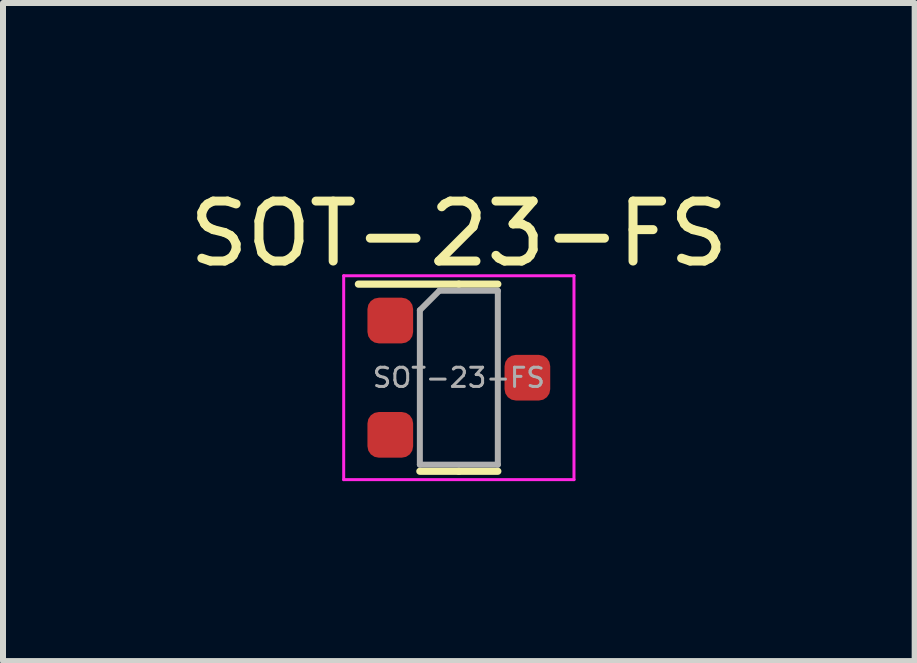
<source format=kicad_pcb>
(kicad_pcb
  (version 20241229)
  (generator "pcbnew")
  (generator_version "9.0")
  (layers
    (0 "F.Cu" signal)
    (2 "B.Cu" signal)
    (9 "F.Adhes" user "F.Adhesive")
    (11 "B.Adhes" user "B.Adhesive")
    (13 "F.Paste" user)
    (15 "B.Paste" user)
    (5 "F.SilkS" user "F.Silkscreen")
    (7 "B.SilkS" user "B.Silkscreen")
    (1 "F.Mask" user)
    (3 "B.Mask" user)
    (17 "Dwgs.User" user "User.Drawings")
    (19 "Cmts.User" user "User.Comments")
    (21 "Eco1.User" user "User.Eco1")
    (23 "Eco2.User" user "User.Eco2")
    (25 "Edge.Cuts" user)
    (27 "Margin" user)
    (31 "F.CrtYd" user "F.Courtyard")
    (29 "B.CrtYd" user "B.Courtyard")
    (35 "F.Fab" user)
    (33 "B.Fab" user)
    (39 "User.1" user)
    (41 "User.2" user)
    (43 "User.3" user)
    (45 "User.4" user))
  (footprint "SOT-23-FS"
    (layer "F.Cu")
    (at 4.601 3.248)
    (property "Reference" "SOT-23-FS" (at 0 -2.4 0) (layer "F.SilkS") (effects (font (size 1 1) (thickness 0.15))))
    (attr smd)
    (fp_line (start 0 -1.56) (end -1.675 -1.56) (stroke (width 0.12) (type solid)) (layer "F.SilkS"))
    (fp_line (start 0 -1.56) (end 0.65 -1.56) (stroke (width 0.12) (type solid)) (layer "F.SilkS"))
    (fp_line (start 0 1.56) (end -0.65 1.56) (stroke (width 0.12) (type solid)) (layer "F.SilkS"))
    (fp_line (start 0 1.56) (end 0.65 1.56) (stroke (width 0.12) (type solid)) (layer "F.SilkS"))
    (fp_line (start -1.92 -1.7) (end -1.92 1.7) (stroke (width 0.05) (type solid)) (layer "F.CrtYd"))
    (fp_line (start -1.92 1.7) (end 1.92 1.7) (stroke (width 0.05) (type solid)) (layer "F.CrtYd"))
    (fp_line (start 1.92 -1.7) (end -1.92 -1.7) (stroke (width 0.05) (type solid)) (layer "F.CrtYd"))
    (fp_line (start 1.92 1.7) (end 1.92 -1.7) (stroke (width 0.05) (type solid)) (layer "F.CrtYd"))
    (fp_line (start -0.65 -1.125) (end -0.325 -1.45) (stroke (width 0.1) (type solid)) (layer "F.Fab"))
    (fp_line (start -0.65 1.45) (end -0.65 -1.125) (stroke (width 0.1) (type solid)) (layer "F.Fab"))
    (fp_line (start -0.325 -1.45) (end 0.65 -1.45) (stroke (width 0.1) (type solid)) (layer "F.Fab"))
    (fp_line (start 0.65 -1.45) (end 0.65 1.45) (stroke (width 0.1) (type solid)) (layer "F.Fab"))
    (fp_line (start 0.65 1.45) (end -0.65 1.45) (stroke (width 0.1) (type solid)) (layer "F.Fab"))
    (fp_text user "${REFERENCE}" (at 0 0 0) (layer "F.Fab") (effects (font (size 0.32 0.32) (thickness 0.05))))
    (pad "1" smd roundrect (at -1.143 -0.953) (size 0.762 0.762) (layers "F.Cu" "F.Mask" "F.Paste") (roundrect_rratio 0.25))
    (pad "2" smd roundrect (at -1.143 0.953) (size 0.762 0.762) (layers "F.Cu" "F.Mask" "F.Paste") (roundrect_rratio 0.25))
    (pad "3" smd roundrect (at 1.143 0) (size 0.762 0.762) (layers "F.Cu" "F.Mask" "F.Paste") (roundrect_rratio 0.25)))
  (gr_rect
    (start -3 -3)
    (end 12.202 7.973)
    (stroke (width 0.1) (type default))
    (fill no)
    (layer "Edge.Cuts")))
</source>
